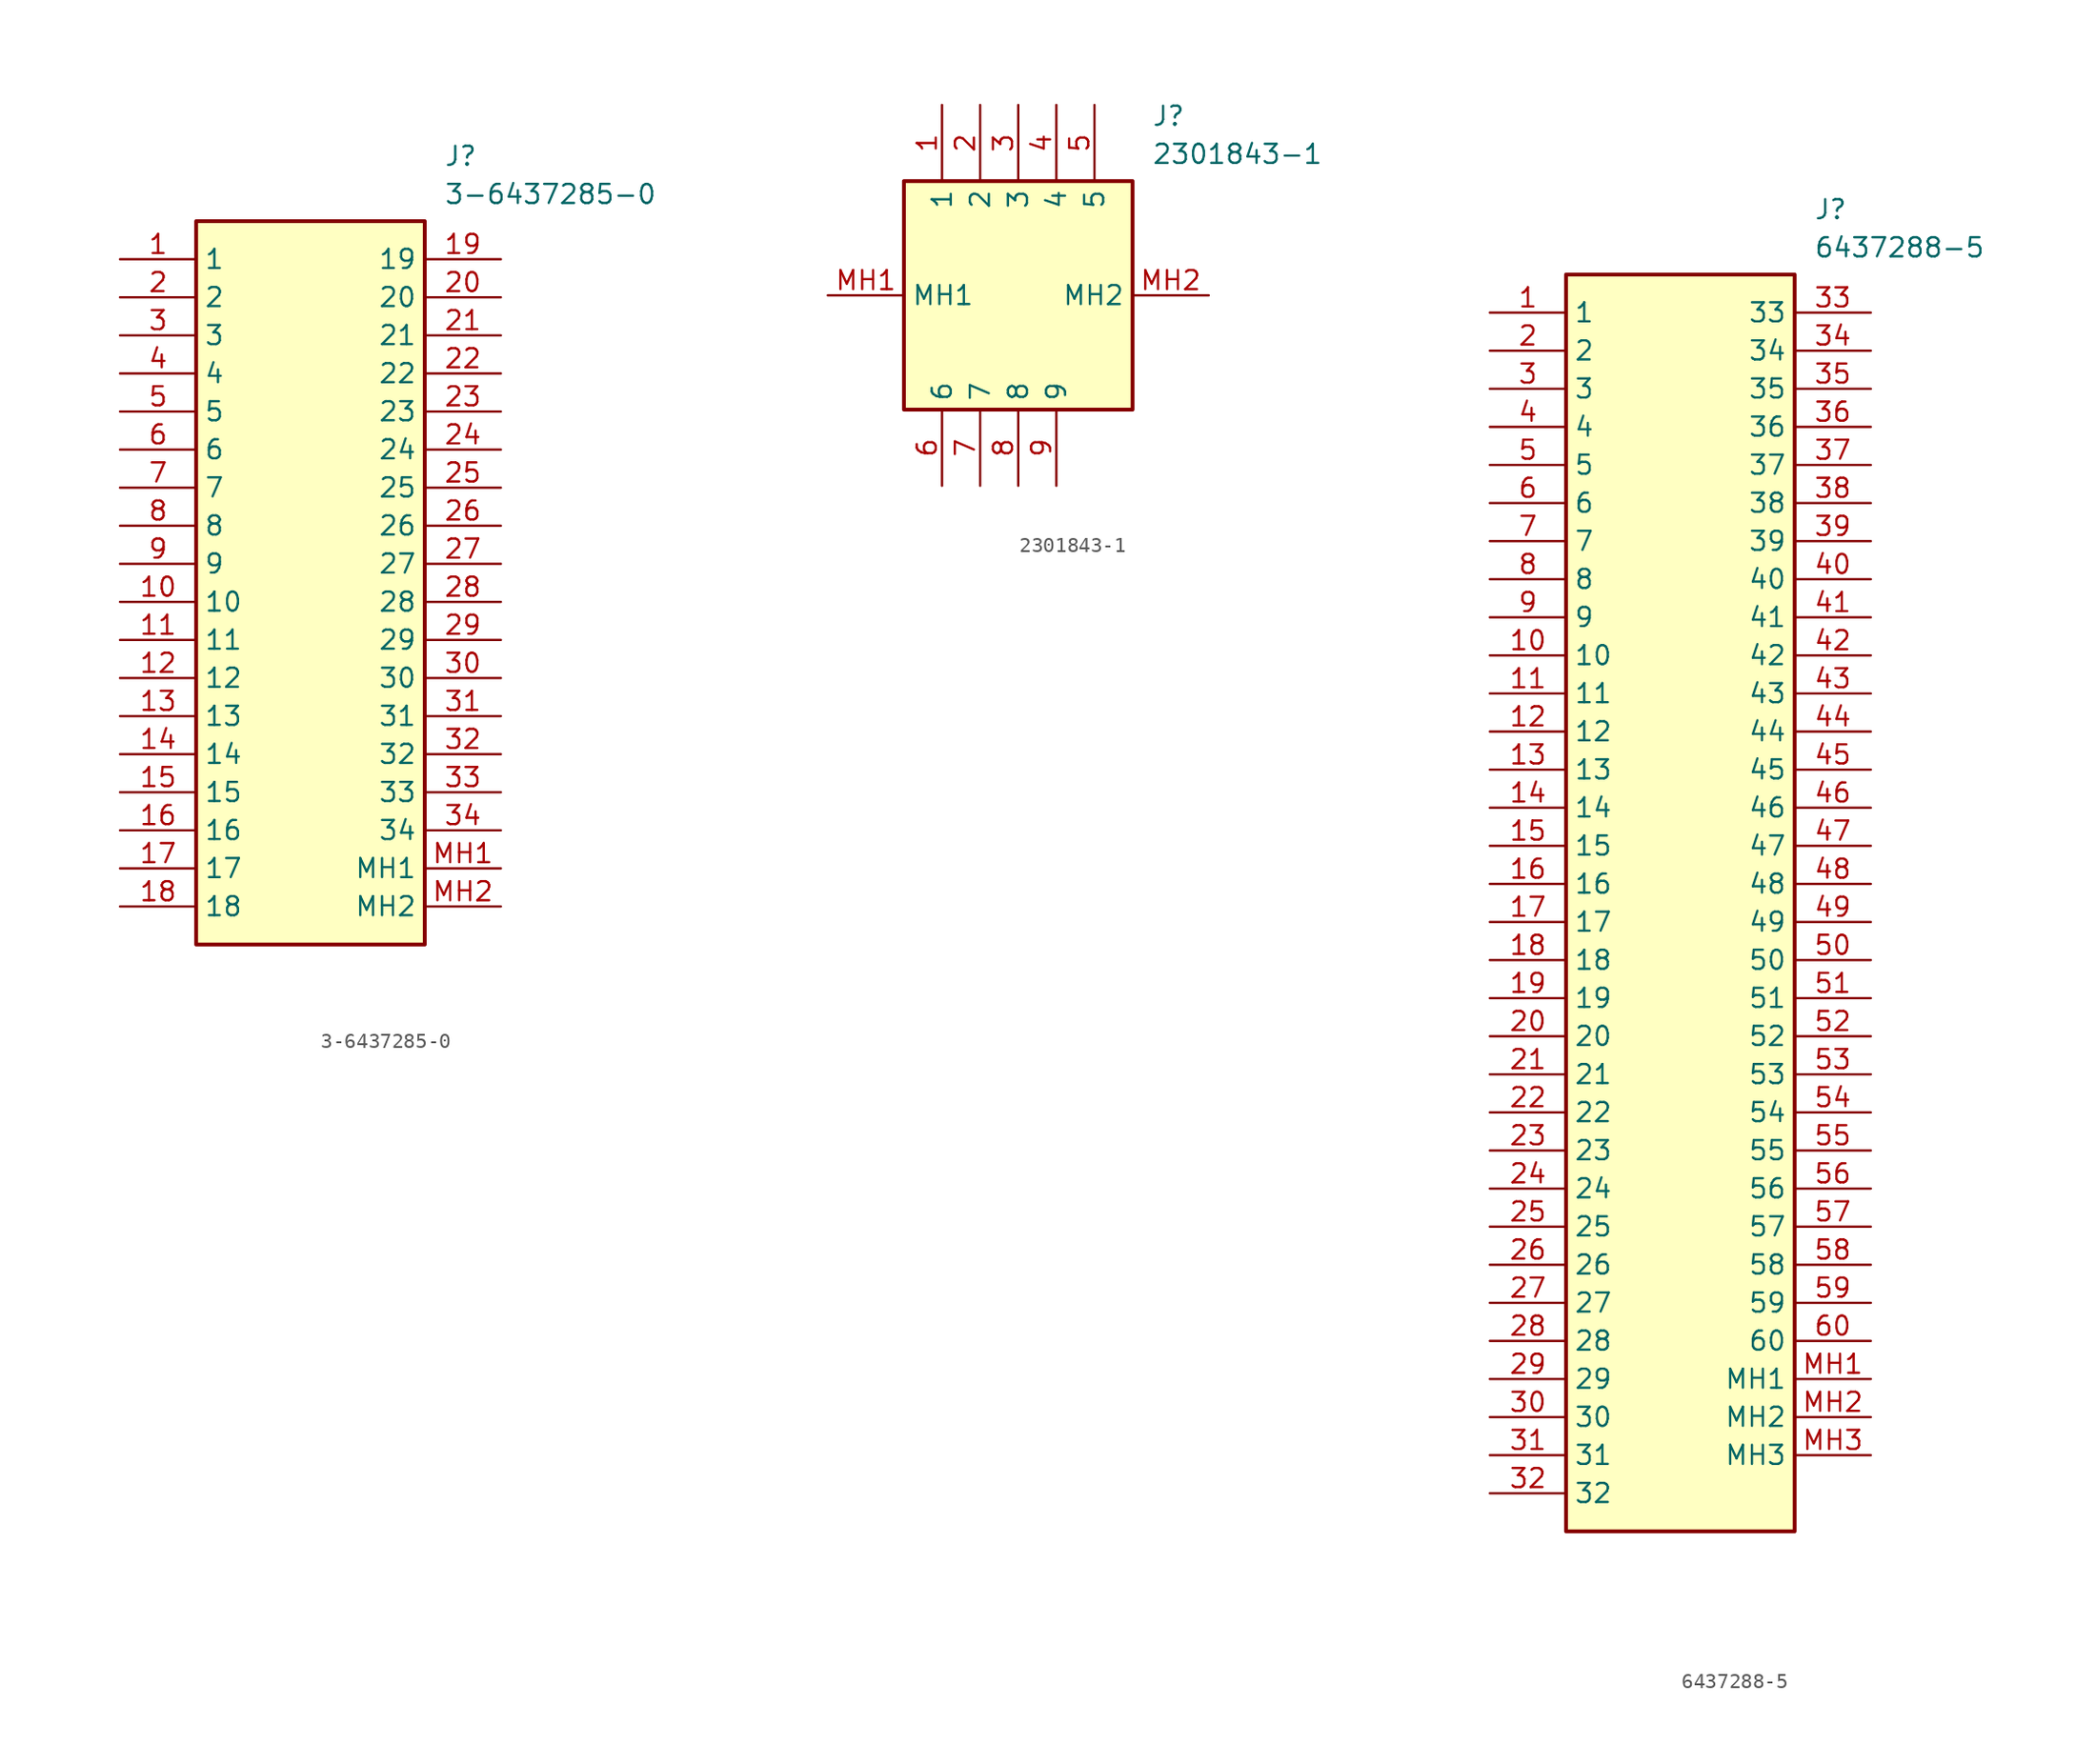
<source format=kicad_sym>
(kicad_symbol_lib
  (version 20241209)
  (generator "kicad_symbol_editor")
  (generator_version "9.0")
  (symbol "3-6437285-0"
    (property "Reference" "J"
      (at 21.59 7.62 0)
      (effects (font (size 1.27 1.27)) (justify left top)))
    (property "Value" "3-6437285-0"
      (at 21.59 5.08 0)
      (effects (font (size 1.27 1.27)) (justify left top)))
    (symbol "3-6437285-0_1_1"
      (rectangle (start 5.08 2.54) (end 20.32 -45.72) (stroke (width 0.254) (type default)) (fill (type background)))
      (pin passive line (at 0 0 0) (length 5.08) (name "1" (effects (font (size 1.27 1.27)))) (number "1" (effects (font (size 1.27 1.27)))))
      (pin passive line (at 0 -2.54 0) (length 5.08) (name "2" (effects (font (size 1.27 1.27)))) (number "2" (effects (font (size 1.27 1.27)))))
      (pin passive line (at 0 -5.08 0) (length 5.08) (name "3" (effects (font (size 1.27 1.27)))) (number "3" (effects (font (size 1.27 1.27)))))
      (pin passive line (at 0 -7.62 0) (length 5.08) (name "4" (effects (font (size 1.27 1.27)))) (number "4" (effects (font (size 1.27 1.27)))))
      (pin passive line (at 0 -10.16 0) (length 5.08) (name "5" (effects (font (size 1.27 1.27)))) (number "5" (effects (font (size 1.27 1.27)))))
      (pin passive line (at 0 -12.7 0) (length 5.08) (name "6" (effects (font (size 1.27 1.27)))) (number "6" (effects (font (size 1.27 1.27)))))
      (pin passive line (at 0 -15.24 0) (length 5.08) (name "7" (effects (font (size 1.27 1.27)))) (number "7" (effects (font (size 1.27 1.27)))))
      (pin passive line (at 0 -17.78 0) (length 5.08) (name "8" (effects (font (size 1.27 1.27)))) (number "8" (effects (font (size 1.27 1.27)))))
      (pin passive line (at 0 -20.32 0) (length 5.08) (name "9" (effects (font (size 1.27 1.27)))) (number "9" (effects (font (size 1.27 1.27)))))
      (pin passive line (at 0 -22.86 0) (length 5.08) (name "10" (effects (font (size 1.27 1.27)))) (number "10" (effects (font (size 1.27 1.27)))))
      (pin passive line (at 0 -25.4 0) (length 5.08) (name "11" (effects (font (size 1.27 1.27)))) (number "11" (effects (font (size 1.27 1.27)))))
      (pin passive line (at 0 -27.94 0) (length 5.08) (name "12" (effects (font (size 1.27 1.27)))) (number "12" (effects (font (size 1.27 1.27)))))
      (pin passive line (at 0 -30.48 0) (length 5.08) (name "13" (effects (font (size 1.27 1.27)))) (number "13" (effects (font (size 1.27 1.27)))))
      (pin passive line (at 0 -33.02 0) (length 5.08) (name "14" (effects (font (size 1.27 1.27)))) (number "14" (effects (font (size 1.27 1.27)))))
      (pin passive line (at 0 -35.56 0) (length 5.08) (name "15" (effects (font (size 1.27 1.27)))) (number "15" (effects (font (size 1.27 1.27)))))
      (pin passive line (at 0 -38.1 0) (length 5.08) (name "16" (effects (font (size 1.27 1.27)))) (number "16" (effects (font (size 1.27 1.27)))))
      (pin passive line (at 0 -40.64 0) (length 5.08) (name "17" (effects (font (size 1.27 1.27)))) (number "17" (effects (font (size 1.27 1.27)))))
      (pin passive line (at 0 -43.18 0) (length 5.08) (name "18" (effects (font (size 1.27 1.27)))) (number "18" (effects (font (size 1.27 1.27)))))
      (pin passive line (at 25.4 0 180) (length 5.08) (name "19" (effects (font (size 1.27 1.27)))) (number "19" (effects (font (size 1.27 1.27)))))
      (pin passive line (at 25.4 -2.54 180) (length 5.08) (name "20" (effects (font (size 1.27 1.27)))) (number "20" (effects (font (size 1.27 1.27)))))
      (pin passive line (at 25.4 -5.08 180) (length 5.08) (name "21" (effects (font (size 1.27 1.27)))) (number "21" (effects (font (size 1.27 1.27)))))
      (pin passive line (at 25.4 -7.62 180) (length 5.08) (name "22" (effects (font (size 1.27 1.27)))) (number "22" (effects (font (size 1.27 1.27)))))
      (pin passive line (at 25.4 -10.16 180) (length 5.08) (name "23" (effects (font (size 1.27 1.27)))) (number "23" (effects (font (size 1.27 1.27)))))
      (pin passive line (at 25.4 -12.7 180) (length 5.08) (name "24" (effects (font (size 1.27 1.27)))) (number "24" (effects (font (size 1.27 1.27)))))
      (pin passive line (at 25.4 -15.24 180) (length 5.08) (name "25" (effects (font (size 1.27 1.27)))) (number "25" (effects (font (size 1.27 1.27)))))
      (pin passive line (at 25.4 -17.78 180) (length 5.08) (name "26" (effects (font (size 1.27 1.27)))) (number "26" (effects (font (size 1.27 1.27)))))
      (pin passive line (at 25.4 -20.32 180) (length 5.08) (name "27" (effects (font (size 1.27 1.27)))) (number "27" (effects (font (size 1.27 1.27)))))
      (pin passive line (at 25.4 -22.86 180) (length 5.08) (name "28" (effects (font (size 1.27 1.27)))) (number "28" (effects (font (size 1.27 1.27)))))
      (pin passive line (at 25.4 -25.4 180) (length 5.08) (name "29" (effects (font (size 1.27 1.27)))) (number "29" (effects (font (size 1.27 1.27)))))
      (pin passive line (at 25.4 -27.94 180) (length 5.08) (name "30" (effects (font (size 1.27 1.27)))) (number "30" (effects (font (size 1.27 1.27)))))
      (pin passive line (at 25.4 -30.48 180) (length 5.08) (name "31" (effects (font (size 1.27 1.27)))) (number "31" (effects (font (size 1.27 1.27)))))
      (pin passive line (at 25.4 -33.02 180) (length 5.08) (name "32" (effects (font (size 1.27 1.27)))) (number "32" (effects (font (size 1.27 1.27)))))
      (pin passive line (at 25.4 -35.56 180) (length 5.08) (name "33" (effects (font (size 1.27 1.27)))) (number "33" (effects (font (size 1.27 1.27)))))
      (pin passive line (at 25.4 -38.1 180) (length 5.08) (name "34" (effects (font (size 1.27 1.27)))) (number "34" (effects (font (size 1.27 1.27)))))
      (pin passive line (at 25.4 -40.64 180) (length 5.08) (name "MH1" (effects (font (size 1.27 1.27)))) (number "MH1" (effects (font (size 1.27 1.27)))))
      (pin passive line (at 25.4 -43.18 180) (length 5.08) (name "MH2" (effects (font (size 1.27 1.27)))) (number "MH2" (effects (font (size 1.27 1.27)))))))
  (symbol "2301843-1"
    (property "Reference" "J"
      (at 21.59 12.7 0)
      (effects (font (size 1.27 1.27)) (justify left top)))
    (property "Value" "2301843-1"
      (at 21.59 10.16 0)
      (effects (font (size 1.27 1.27)) (justify left top)))
    (symbol "2301843-1_1_1"
      (rectangle (start 5.08 7.62) (end 20.32 -7.62) (stroke (width 0.254) (type default)) (fill (type background)))
      (pin passive line (at 0 0 0) (length 5.08) (name "MH1" (effects (font (size 1.27 1.27)))) (number "MH1" (effects (font (size 1.27 1.27)))))
      (pin passive line (at 7.62 12.7 270) (length 5.08) (name "1" (effects (font (size 1.27 1.27)))) (number "1" (effects (font (size 1.27 1.27)))))
      (pin passive line (at 7.62 -12.7 90) (length 5.08) (name "6" (effects (font (size 1.27 1.27)))) (number "6" (effects (font (size 1.27 1.27)))))
      (pin passive line (at 10.16 12.7 270) (length 5.08) (name "2" (effects (font (size 1.27 1.27)))) (number "2" (effects (font (size 1.27 1.27)))))
      (pin passive line (at 10.16 -12.7 90) (length 5.08) (name "7" (effects (font (size 1.27 1.27)))) (number "7" (effects (font (size 1.27 1.27)))))
      (pin passive line (at 12.7 12.7 270) (length 5.08) (name "3" (effects (font (size 1.27 1.27)))) (number "3" (effects (font (size 1.27 1.27)))))
      (pin passive line (at 12.7 -12.7 90) (length 5.08) (name "8" (effects (font (size 1.27 1.27)))) (number "8" (effects (font (size 1.27 1.27)))))
      (pin passive line (at 15.24 12.7 270) (length 5.08) (name "4" (effects (font (size 1.27 1.27)))) (number "4" (effects (font (size 1.27 1.27)))))
      (pin passive line (at 15.24 -12.7 90) (length 5.08) (name "9" (effects (font (size 1.27 1.27)))) (number "9" (effects (font (size 1.27 1.27)))))
      (pin passive line (at 17.78 12.7 270) (length 5.08) (name "5" (effects (font (size 1.27 1.27)))) (number "5" (effects (font (size 1.27 1.27)))))
      (pin passive line (at 25.4 0 180) (length 5.08) (name "MH2" (effects (font (size 1.27 1.27)))) (number "MH2" (effects (font (size 1.27 1.27)))))))
  (symbol "6437288-5"
    (property "Reference" "J"
      (at 21.59 7.62 0)
      (effects (font (size 1.27 1.27)) (justify left top)))
    (property "Value" "6437288-5"
      (at 21.59 5.08 0)
      (effects (font (size 1.27 1.27)) (justify left top)))
    (symbol "6437288-5_1_1"
      (rectangle (start 5.08 2.54) (end 20.32 -81.28) (stroke (width 0.254) (type default)) (fill (type background)))
      (pin passive line (at 0 0 0) (length 5.08) (name "1" (effects (font (size 1.27 1.27)))) (number "1" (effects (font (size 1.27 1.27)))))
      (pin passive line (at 0 -2.54 0) (length 5.08) (name "2" (effects (font (size 1.27 1.27)))) (number "2" (effects (font (size 1.27 1.27)))))
      (pin passive line (at 0 -5.08 0) (length 5.08) (name "3" (effects (font (size 1.27 1.27)))) (number "3" (effects (font (size 1.27 1.27)))))
      (pin passive line (at 0 -7.62 0) (length 5.08) (name "4" (effects (font (size 1.27 1.27)))) (number "4" (effects (font (size 1.27 1.27)))))
      (pin passive line (at 0 -10.16 0) (length 5.08) (name "5" (effects (font (size 1.27 1.27)))) (number "5" (effects (font (size 1.27 1.27)))))
      (pin passive line (at 0 -12.7 0) (length 5.08) (name "6" (effects (font (size 1.27 1.27)))) (number "6" (effects (font (size 1.27 1.27)))))
      (pin passive line (at 0 -15.24 0) (length 5.08) (name "7" (effects (font (size 1.27 1.27)))) (number "7" (effects (font (size 1.27 1.27)))))
      (pin passive line (at 0 -17.78 0) (length 5.08) (name "8" (effects (font (size 1.27 1.27)))) (number "8" (effects (font (size 1.27 1.27)))))
      (pin passive line (at 0 -20.32 0) (length 5.08) (name "9" (effects (font (size 1.27 1.27)))) (number "9" (effects (font (size 1.27 1.27)))))
      (pin passive line (at 0 -22.86 0) (length 5.08) (name "10" (effects (font (size 1.27 1.27)))) (number "10" (effects (font (size 1.27 1.27)))))
      (pin passive line (at 0 -25.4 0) (length 5.08) (name "11" (effects (font (size 1.27 1.27)))) (number "11" (effects (font (size 1.27 1.27)))))
      (pin passive line (at 0 -27.94 0) (length 5.08) (name "12" (effects (font (size 1.27 1.27)))) (number "12" (effects (font (size 1.27 1.27)))))
      (pin passive line (at 0 -30.48 0) (length 5.08) (name "13" (effects (font (size 1.27 1.27)))) (number "13" (effects (font (size 1.27 1.27)))))
      (pin passive line (at 0 -33.02 0) (length 5.08) (name "14" (effects (font (size 1.27 1.27)))) (number "14" (effects (font (size 1.27 1.27)))))
      (pin passive line (at 0 -35.56 0) (length 5.08) (name "15" (effects (font (size 1.27 1.27)))) (number "15" (effects (font (size 1.27 1.27)))))
      (pin passive line (at 0 -38.1 0) (length 5.08) (name "16" (effects (font (size 1.27 1.27)))) (number "16" (effects (font (size 1.27 1.27)))))
      (pin passive line (at 0 -40.64 0) (length 5.08) (name "17" (effects (font (size 1.27 1.27)))) (number "17" (effects (font (size 1.27 1.27)))))
      (pin passive line (at 0 -43.18 0) (length 5.08) (name "18" (effects (font (size 1.27 1.27)))) (number "18" (effects (font (size 1.27 1.27)))))
      (pin passive line (at 0 -45.72 0) (length 5.08) (name "19" (effects (font (size 1.27 1.27)))) (number "19" (effects (font (size 1.27 1.27)))))
      (pin passive line (at 0 -48.26 0) (length 5.08) (name "20" (effects (font (size 1.27 1.27)))) (number "20" (effects (font (size 1.27 1.27)))))
      (pin passive line (at 0 -50.8 0) (length 5.08) (name "21" (effects (font (size 1.27 1.27)))) (number "21" (effects (font (size 1.27 1.27)))))
      (pin passive line (at 0 -53.34 0) (length 5.08) (name "22" (effects (font (size 1.27 1.27)))) (number "22" (effects (font (size 1.27 1.27)))))
      (pin passive line (at 0 -55.88 0) (length 5.08) (name "23" (effects (font (size 1.27 1.27)))) (number "23" (effects (font (size 1.27 1.27)))))
      (pin passive line (at 0 -58.42 0) (length 5.08) (name "24" (effects (font (size 1.27 1.27)))) (number "24" (effects (font (size 1.27 1.27)))))
      (pin passive line (at 0 -60.96 0) (length 5.08) (name "25" (effects (font (size 1.27 1.27)))) (number "25" (effects (font (size 1.27 1.27)))))
      (pin passive line (at 0 -63.5 0) (length 5.08) (name "26" (effects (font (size 1.27 1.27)))) (number "26" (effects (font (size 1.27 1.27)))))
      (pin passive line (at 0 -66.04 0) (length 5.08) (name "27" (effects (font (size 1.27 1.27)))) (number "27" (effects (font (size 1.27 1.27)))))
      (pin passive line (at 0 -68.58 0) (length 5.08) (name "28" (effects (font (size 1.27 1.27)))) (number "28" (effects (font (size 1.27 1.27)))))
      (pin passive line (at 0 -71.12 0) (length 5.08) (name "29" (effects (font (size 1.27 1.27)))) (number "29" (effects (font (size 1.27 1.27)))))
      (pin passive line (at 0 -73.66 0) (length 5.08) (name "30" (effects (font (size 1.27 1.27)))) (number "30" (effects (font (size 1.27 1.27)))))
      (pin passive line (at 0 -76.2 0) (length 5.08) (name "31" (effects (font (size 1.27 1.27)))) (number "31" (effects (font (size 1.27 1.27)))))
      (pin passive line (at 0 -78.74 0) (length 5.08) (name "32" (effects (font (size 1.27 1.27)))) (number "32" (effects (font (size 1.27 1.27)))))
      (pin passive line (at 25.4 0 180) (length 5.08) (name "33" (effects (font (size 1.27 1.27)))) (number "33" (effects (font (size 1.27 1.27)))))
      (pin passive line (at 25.4 -2.54 180) (length 5.08) (name "34" (effects (font (size 1.27 1.27)))) (number "34" (effects (font (size 1.27 1.27)))))
      (pin passive line (at 25.4 -5.08 180) (length 5.08) (name "35" (effects (font (size 1.27 1.27)))) (number "35" (effects (font (size 1.27 1.27)))))
      (pin passive line (at 25.4 -7.62 180) (length 5.08) (name "36" (effects (font (size 1.27 1.27)))) (number "36" (effects (font (size 1.27 1.27)))))
      (pin passive line (at 25.4 -10.16 180) (length 5.08) (name "37" (effects (font (size 1.27 1.27)))) (number "37" (effects (font (size 1.27 1.27)))))
      (pin passive line (at 25.4 -12.7 180) (length 5.08) (name "38" (effects (font (size 1.27 1.27)))) (number "38" (effects (font (size 1.27 1.27)))))
      (pin passive line (at 25.4 -15.24 180) (length 5.08) (name "39" (effects (font (size 1.27 1.27)))) (number "39" (effects (font (size 1.27 1.27)))))
      (pin passive line (at 25.4 -17.78 180) (length 5.08) (name "40" (effects (font (size 1.27 1.27)))) (number "40" (effects (font (size 1.27 1.27)))))
      (pin passive line (at 25.4 -20.32 180) (length 5.08) (name "41" (effects (font (size 1.27 1.27)))) (number "41" (effects (font (size 1.27 1.27)))))
      (pin passive line (at 25.4 -22.86 180) (length 5.08) (name "42" (effects (font (size 1.27 1.27)))) (number "42" (effects (font (size 1.27 1.27)))))
      (pin passive line (at 25.4 -25.4 180) (length 5.08) (name "43" (effects (font (size 1.27 1.27)))) (number "43" (effects (font (size 1.27 1.27)))))
      (pin passive line (at 25.4 -27.94 180) (length 5.08) (name "44" (effects (font (size 1.27 1.27)))) (number "44" (effects (font (size 1.27 1.27)))))
      (pin passive line (at 25.4 -30.48 180) (length 5.08) (name "45" (effects (font (size 1.27 1.27)))) (number "45" (effects (font (size 1.27 1.27)))))
      (pin passive line (at 25.4 -33.02 180) (length 5.08) (name "46" (effects (font (size 1.27 1.27)))) (number "46" (effects (font (size 1.27 1.27)))))
      (pin passive line (at 25.4 -35.56 180) (length 5.08) (name "47" (effects (font (size 1.27 1.27)))) (number "47" (effects (font (size 1.27 1.27)))))
      (pin passive line (at 25.4 -38.1 180) (length 5.08) (name "48" (effects (font (size 1.27 1.27)))) (number "48" (effects (font (size 1.27 1.27)))))
      (pin passive line (at 25.4 -40.64 180) (length 5.08) (name "49" (effects (font (size 1.27 1.27)))) (number "49" (effects (font (size 1.27 1.27)))))
      (pin passive line (at 25.4 -43.18 180) (length 5.08) (name "50" (effects (font (size 1.27 1.27)))) (number "50" (effects (font (size 1.27 1.27)))))
      (pin passive line (at 25.4 -45.72 180) (length 5.08) (name "51" (effects (font (size 1.27 1.27)))) (number "51" (effects (font (size 1.27 1.27)))))
      (pin passive line (at 25.4 -48.26 180) (length 5.08) (name "52" (effects (font (size 1.27 1.27)))) (number "52" (effects (font (size 1.27 1.27)))))
      (pin passive line (at 25.4 -50.8 180) (length 5.08) (name "53" (effects (font (size 1.27 1.27)))) (number "53" (effects (font (size 1.27 1.27)))))
      (pin passive line (at 25.4 -53.34 180) (length 5.08) (name "54" (effects (font (size 1.27 1.27)))) (number "54" (effects (font (size 1.27 1.27)))))
      (pin passive line (at 25.4 -55.88 180) (length 5.08) (name "55" (effects (font (size 1.27 1.27)))) (number "55" (effects (font (size 1.27 1.27)))))
      (pin passive line (at 25.4 -58.42 180) (length 5.08) (name "56" (effects (font (size 1.27 1.27)))) (number "56" (effects (font (size 1.27 1.27)))))
      (pin passive line (at 25.4 -60.96 180) (length 5.08) (name "57" (effects (font (size 1.27 1.27)))) (number "57" (effects (font (size 1.27 1.27)))))
      (pin passive line (at 25.4 -63.5 180) (length 5.08) (name "58" (effects (font (size 1.27 1.27)))) (number "58" (effects (font (size 1.27 1.27)))))
      (pin passive line (at 25.4 -66.04 180) (length 5.08) (name "59" (effects (font (size 1.27 1.27)))) (number "59" (effects (font (size 1.27 1.27)))))
      (pin passive line (at 25.4 -68.58 180) (length 5.08) (name "60" (effects (font (size 1.27 1.27)))) (number "60" (effects (font (size 1.27 1.27)))))
      (pin passive line (at 25.4 -71.12 180) (length 5.08) (name "MH1" (effects (font (size 1.27 1.27)))) (number "MH1" (effects (font (size 1.27 1.27)))))
      (pin passive line (at 25.4 -73.66 180) (length 5.08) (name "MH2" (effects (font (size 1.27 1.27)))) (number "MH2" (effects (font (size 1.27 1.27)))))
      (pin passive line (at 25.4 -76.2 180) (length 5.08) (name "MH3" (effects (font (size 1.27 1.27)))) (number "MH3" (effects (font (size 1.27 1.27))))))))
</source>
